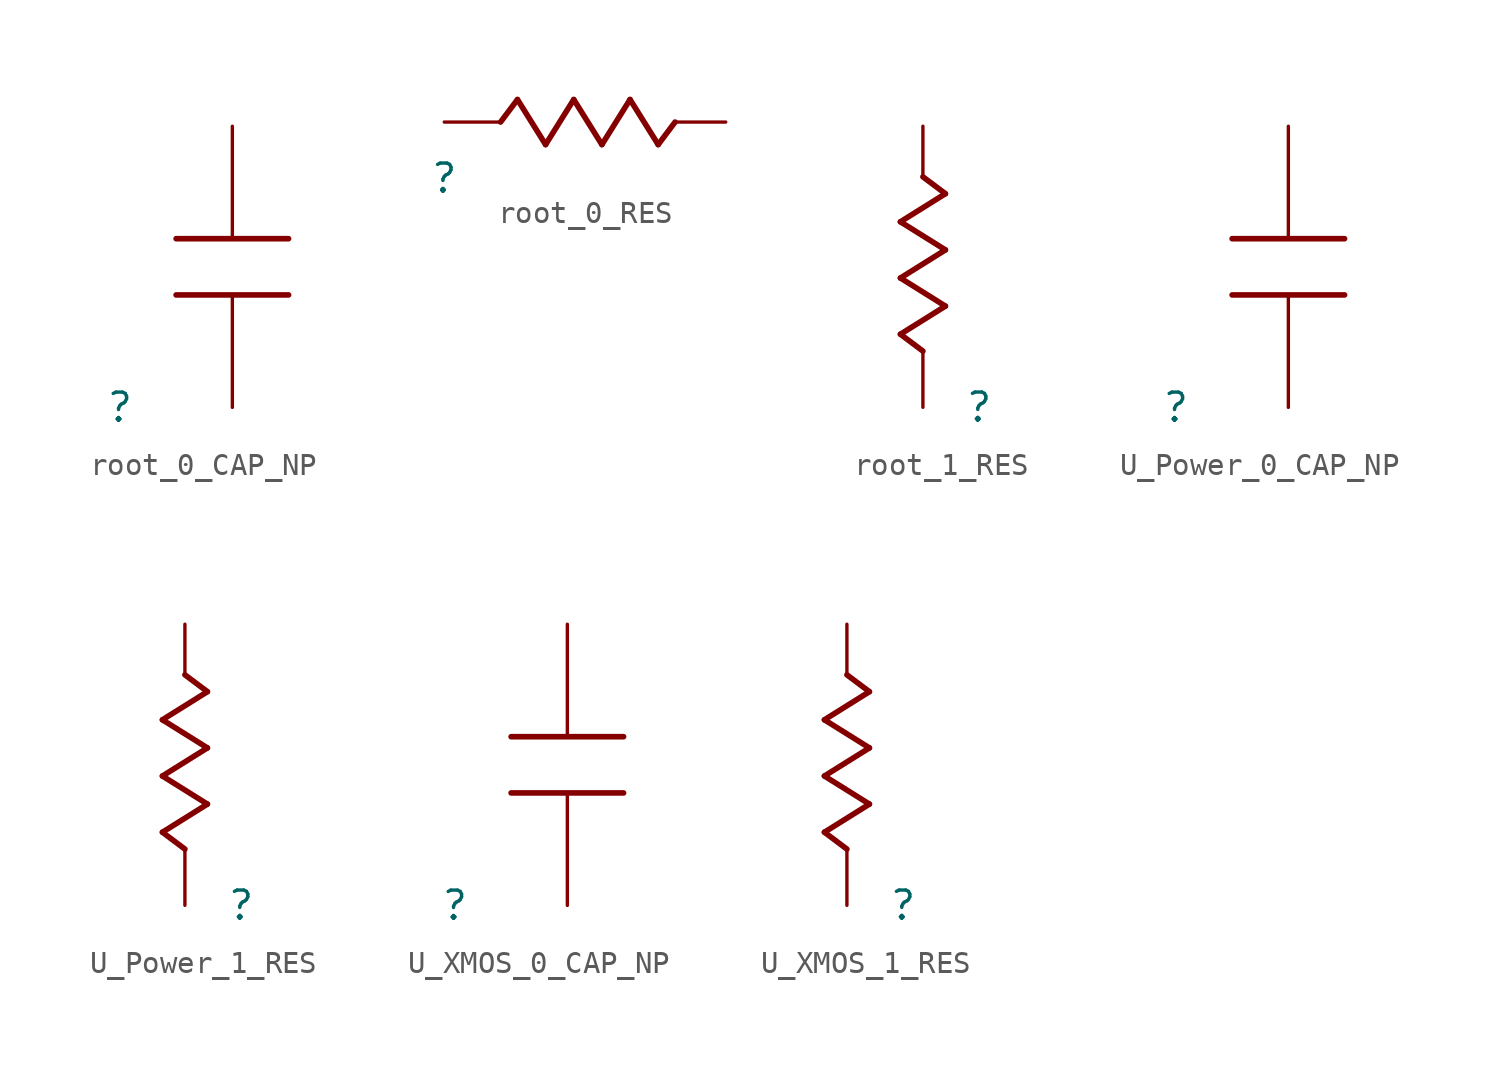
<source format=kicad_sym>
(kicad_symbol_lib
  (version 20231120)
  (generator "kicad_symbol_editor")
  (generator_version "8.0")
  (symbol "root_0_CAP_NP"
    (property "Reference" ""
      (at 0 0 0)
      (effects (font (size 1.27 1.27))))
    (property "Value" ""
      (at 0 0 0)
      (effects (font (size 1.27 1.27))))
    (symbol "root_0_CAP_NP_1_0"
      (polyline (pts (xy 2.54 7.62) (xy 7.62 7.62)) (stroke (width 0.254) (type solid)) (fill (type none)))
      (polyline (pts (xy 7.62 5.08) (xy 2.54 5.08)) (stroke (width 0.254) (type solid)) (fill (type none)))
      (pin passive line (at 5.08 12.7 270) (length 5.08) (name "1" (effects (font (size 0 0)))) (number "1" (effects (font (size 0 0)))))
      (pin passive line (at 5.08 0 90) (length 5.08) (name "2" (effects (font (size 0 0)))) (number "2" (effects (font (size 0 0)))))))
  (symbol "root_0_RES"
    (property "Reference" ""
      (at 0 0 0)
      (effects (font (size 1.27 1.27))))
    (property "Value" ""
      (at 0 0 0)
      (effects (font (size 1.27 1.27))))
    (symbol "root_0_RES_1_0"
      (polyline (pts (xy 2.54 2.54) (xy 3.302 3.556)) (stroke (width 0.254) (type solid)) (fill (type none)))
      (polyline (pts (xy 3.302 3.556) (xy 4.572 1.524)) (stroke (width 0.254) (type solid)) (fill (type none)))
      (polyline (pts (xy 4.572 1.524) (xy 5.842 3.556)) (stroke (width 0.254) (type solid)) (fill (type none)))
      (polyline (pts (xy 5.842 3.556) (xy 7.112 1.524)) (stroke (width 0.254) (type solid)) (fill (type none)))
      (polyline (pts (xy 7.112 1.524) (xy 8.382 3.556)) (stroke (width 0.254) (type solid)) (fill (type none)))
      (polyline (pts (xy 8.382 3.556) (xy 9.652 1.524)) (stroke (width 0.254) (type solid)) (fill (type none)))
      (polyline (pts (xy 9.652 1.524) (xy 10.414 2.54)) (stroke (width 0.254) (type solid)) (fill (type none)))
      (pin passive line (at 0 2.54 0) (length 2.54) (name "1" (effects (font (size 0 0)))) (number "1" (effects (font (size 0 0)))))
      (pin passive line (at 12.7 2.54 180) (length 2.286) (name "2" (effects (font (size 0 0)))) (number "2" (effects (font (size 0 0)))))))
  (symbol "root_1_RES"
    (property "Reference" ""
      (at 0 0 0)
      (effects (font (size 1.27 1.27))))
    (property "Value" ""
      (at 0 0 0)
      (effects (font (size 1.27 1.27))))
    (symbol "root_1_RES_1_0"
      (polyline (pts (xy -3.556 3.302) (xy -1.524 4.572)) (stroke (width 0.254) (type solid)) (fill (type none)))
      (polyline (pts (xy -3.556 5.842) (xy -1.524 7.112)) (stroke (width 0.254) (type solid)) (fill (type none)))
      (polyline (pts (xy -3.556 8.382) (xy -1.524 9.652)) (stroke (width 0.254) (type solid)) (fill (type none)))
      (polyline (pts (xy -2.54 2.54) (xy -3.556 3.302)) (stroke (width 0.254) (type solid)) (fill (type none)))
      (polyline (pts (xy -1.524 4.572) (xy -3.556 5.842)) (stroke (width 0.254) (type solid)) (fill (type none)))
      (polyline (pts (xy -1.524 7.112) (xy -3.556 8.382)) (stroke (width 0.254) (type solid)) (fill (type none)))
      (polyline (pts (xy -1.524 9.652) (xy -2.54 10.414)) (stroke (width 0.254) (type solid)) (fill (type none)))
      (pin passive line (at -2.54 0 90) (length 2.54) (name "1" (effects (font (size 0 0)))) (number "1" (effects (font (size 0 0)))))
      (pin passive line (at -2.54 12.7 270) (length 2.286) (name "2" (effects (font (size 0 0)))) (number "2" (effects (font (size 0 0)))))))
  (symbol "U_Power_0_CAP_NP"
    (property "Reference" ""
      (at 0 0 0)
      (effects (font (size 1.27 1.27))))
    (property "Value" ""
      (at 0 0 0)
      (effects (font (size 1.27 1.27))))
    (symbol "U_Power_0_CAP_NP_1_0"
      (polyline (pts (xy 2.54 7.62) (xy 7.62 7.62)) (stroke (width 0.254) (type solid)) (fill (type none)))
      (polyline (pts (xy 7.62 5.08) (xy 2.54 5.08)) (stroke (width 0.254) (type solid)) (fill (type none)))
      (pin passive line (at 5.08 12.7 270) (length 5.08) (name "1" (effects (font (size 0 0)))) (number "1" (effects (font (size 0 0)))))
      (pin passive line (at 5.08 0 90) (length 5.08) (name "2" (effects (font (size 0 0)))) (number "2" (effects (font (size 0 0)))))))
  (symbol "U_Power_1_RES"
    (property "Reference" ""
      (at 0 0 0)
      (effects (font (size 1.27 1.27))))
    (property "Value" ""
      (at 0 0 0)
      (effects (font (size 1.27 1.27))))
    (symbol "U_Power_1_RES_1_0"
      (polyline (pts (xy -3.556 3.302) (xy -1.524 4.572)) (stroke (width 0.254) (type solid)) (fill (type none)))
      (polyline (pts (xy -3.556 5.842) (xy -1.524 7.112)) (stroke (width 0.254) (type solid)) (fill (type none)))
      (polyline (pts (xy -3.556 8.382) (xy -1.524 9.652)) (stroke (width 0.254) (type solid)) (fill (type none)))
      (polyline (pts (xy -2.54 2.54) (xy -3.556 3.302)) (stroke (width 0.254) (type solid)) (fill (type none)))
      (polyline (pts (xy -1.524 4.572) (xy -3.556 5.842)) (stroke (width 0.254) (type solid)) (fill (type none)))
      (polyline (pts (xy -1.524 7.112) (xy -3.556 8.382)) (stroke (width 0.254) (type solid)) (fill (type none)))
      (polyline (pts (xy -1.524 9.652) (xy -2.54 10.414)) (stroke (width 0.254) (type solid)) (fill (type none)))
      (pin passive line (at -2.54 0 90) (length 2.54) (name "1" (effects (font (size 0 0)))) (number "1" (effects (font (size 0 0)))))
      (pin passive line (at -2.54 12.7 270) (length 2.286) (name "2" (effects (font (size 0 0)))) (number "2" (effects (font (size 0 0)))))))
  (symbol "U_XMOS_0_CAP_NP"
    (property "Reference" ""
      (at 0 0 0)
      (effects (font (size 1.27 1.27))))
    (property "Value" ""
      (at 0 0 0)
      (effects (font (size 1.27 1.27))))
    (symbol "U_XMOS_0_CAP_NP_1_0"
      (polyline (pts (xy 2.54 7.62) (xy 7.62 7.62)) (stroke (width 0.254) (type solid)) (fill (type none)))
      (polyline (pts (xy 7.62 5.08) (xy 2.54 5.08)) (stroke (width 0.254) (type solid)) (fill (type none)))
      (pin passive line (at 5.08 12.7 270) (length 5.08) (name "1" (effects (font (size 0 0)))) (number "1" (effects (font (size 0 0)))))
      (pin passive line (at 5.08 0 90) (length 5.08) (name "2" (effects (font (size 0 0)))) (number "2" (effects (font (size 0 0)))))))
  (symbol "U_XMOS_1_RES"
    (property "Reference" ""
      (at 0 0 0)
      (effects (font (size 1.27 1.27))))
    (property "Value" ""
      (at 0 0 0)
      (effects (font (size 1.27 1.27))))
    (symbol "U_XMOS_1_RES_1_0"
      (polyline (pts (xy -3.556 3.302) (xy -1.524 4.572)) (stroke (width 0.254) (type solid)) (fill (type none)))
      (polyline (pts (xy -3.556 5.842) (xy -1.524 7.112)) (stroke (width 0.254) (type solid)) (fill (type none)))
      (polyline (pts (xy -3.556 8.382) (xy -1.524 9.652)) (stroke (width 0.254) (type solid)) (fill (type none)))
      (polyline (pts (xy -2.54 2.54) (xy -3.556 3.302)) (stroke (width 0.254) (type solid)) (fill (type none)))
      (polyline (pts (xy -1.524 4.572) (xy -3.556 5.842)) (stroke (width 0.254) (type solid)) (fill (type none)))
      (polyline (pts (xy -1.524 7.112) (xy -3.556 8.382)) (stroke (width 0.254) (type solid)) (fill (type none)))
      (polyline (pts (xy -1.524 9.652) (xy -2.54 10.414)) (stroke (width 0.254) (type solid)) (fill (type none)))
      (pin passive line (at -2.54 0 90) (length 2.54) (name "1" (effects (font (size 0 0)))) (number "1" (effects (font (size 0 0)))))
      (pin passive line (at -2.54 12.7 270) (length 2.286) (name "2" (effects (font (size 0 0)))) (number "2" (effects (font (size 0 0))))))))
</source>
